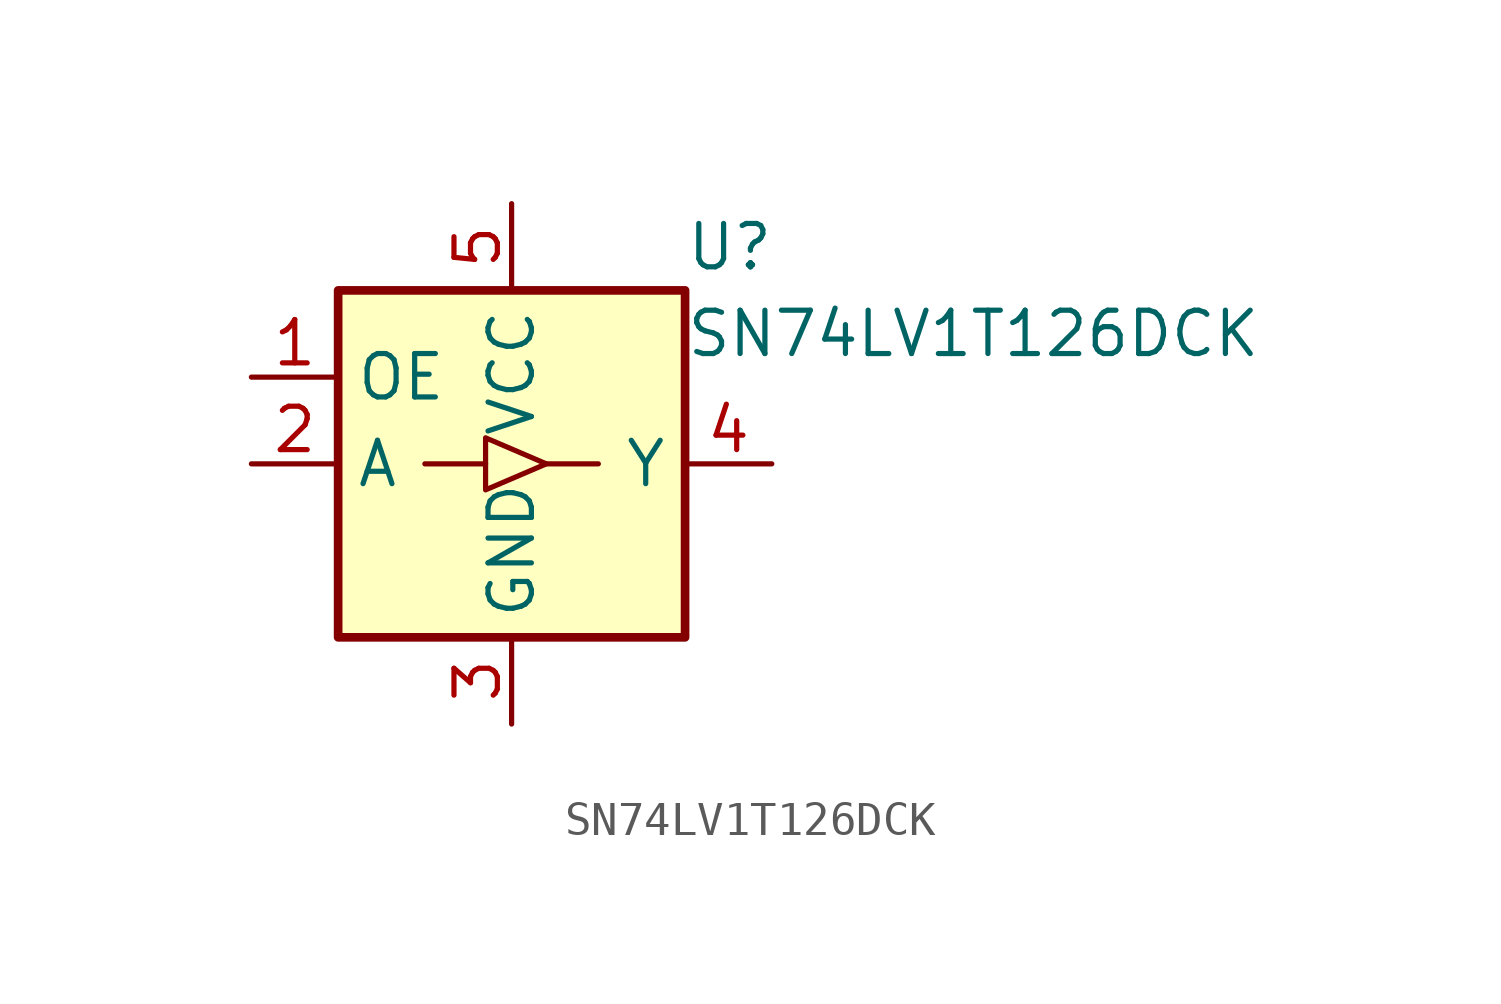
<source format=kicad_sym>
(kicad_symbol_lib
  (version 20231120)
  (generator "kicad_symbol_editor")
  (generator_version "8.0")
  (symbol "SN74LV1T126DCK"
    (property "Reference" "U"
      (at 5.08 6.35 0)
      (effects (font (size 1.27 1.27)) (justify left)))
    (property "Value" "SN74LV1T126DCK"
      (at 5.08 3.81 0)
      (effects (font (size 1.27 1.27)) (justify left)))
    (symbol "SN74LV1T126DCK_0_1"
      (rectangle (start -5.08 5.08) (end 5.08 -5.08) (stroke (width 0.254) (type default)) (fill (type background)))
      (polyline (pts (xy -0.762 0) (xy -2.54 0)) (stroke (width 0) (type default)) (fill (type none)))
      (polyline (pts (xy 1.016 0) (xy 2.54 0)) (stroke (width 0) (type default)) (fill (type none))))
    (symbol "SN74LV1T126DCK_1_1"
      (polyline (pts (xy -0.762 -0.762) (xy -0.762 0.762) (xy 1.016 0) (xy -0.762 -0.762)) (stroke (width 0) (type default)) (fill (type none)))
      (pin input line (at -7.62 2.54 0) (length 2.54) (name "OE" (effects (font (size 1.27 1.27)))) (number "1" (effects (font (size 1.27 1.27)))))
      (pin input line (at -7.62 0 0) (length 2.54) (name "A" (effects (font (size 1.27 1.27)))) (number "2" (effects (font (size 1.27 1.27)))))
      (pin power_in line (at 0 -7.62 90) (length 2.54) (name "GND" (effects (font (size 1.27 1.27)))) (number "3" (effects (font (size 1.27 1.27)))))
      (pin output line (at 7.62 0 180) (length 2.54) (name "Y" (effects (font (size 1.27 1.27)))) (number "4" (effects (font (size 1.27 1.27)))))
      (pin power_in line (at 0 7.62 270) (length 2.54) (name "VCC" (effects (font (size 1.27 1.27)))) (number "5" (effects (font (size 1.27 1.27))))))))
</source>
